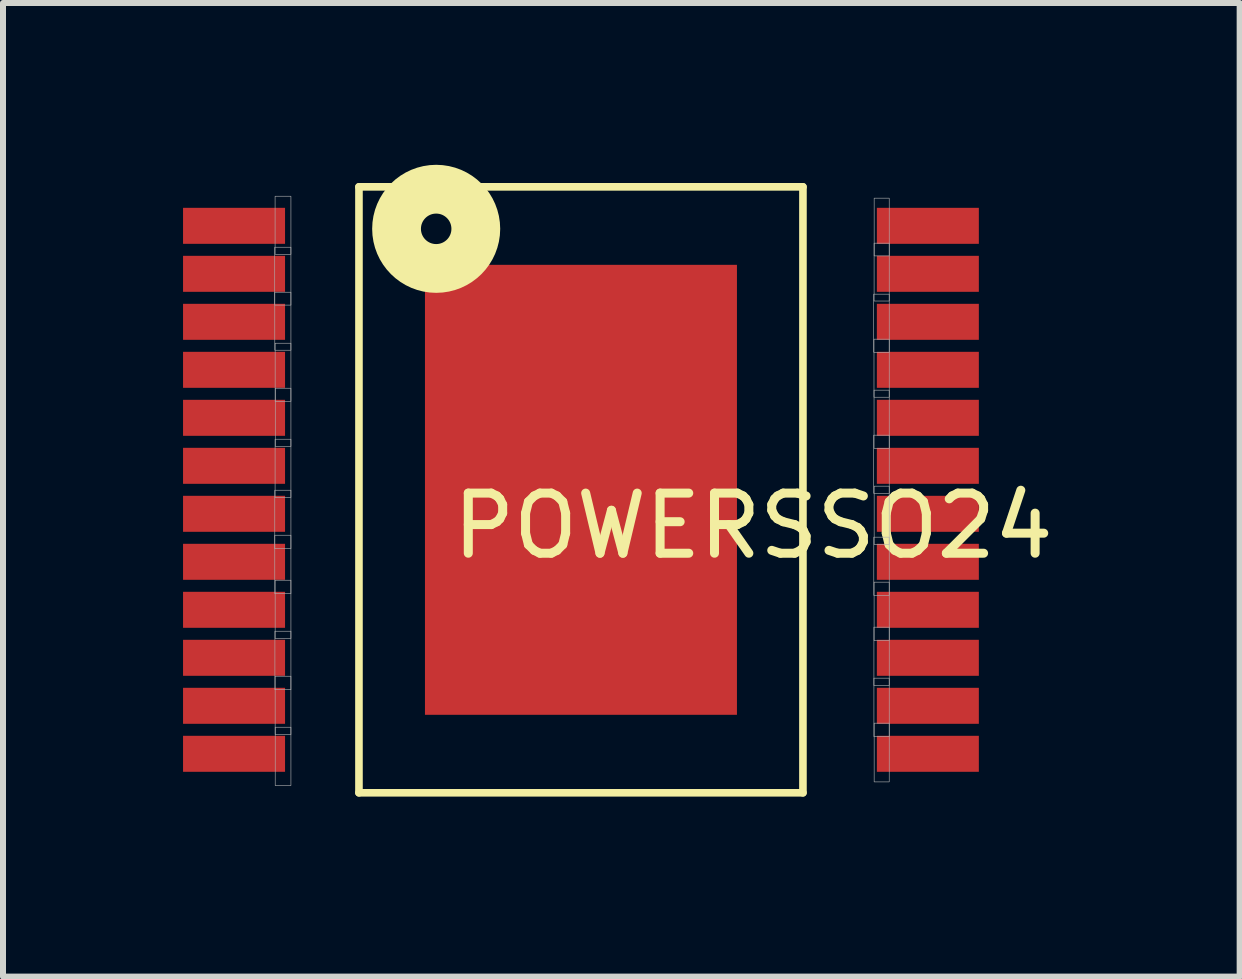
<source format=kicad_pcb>
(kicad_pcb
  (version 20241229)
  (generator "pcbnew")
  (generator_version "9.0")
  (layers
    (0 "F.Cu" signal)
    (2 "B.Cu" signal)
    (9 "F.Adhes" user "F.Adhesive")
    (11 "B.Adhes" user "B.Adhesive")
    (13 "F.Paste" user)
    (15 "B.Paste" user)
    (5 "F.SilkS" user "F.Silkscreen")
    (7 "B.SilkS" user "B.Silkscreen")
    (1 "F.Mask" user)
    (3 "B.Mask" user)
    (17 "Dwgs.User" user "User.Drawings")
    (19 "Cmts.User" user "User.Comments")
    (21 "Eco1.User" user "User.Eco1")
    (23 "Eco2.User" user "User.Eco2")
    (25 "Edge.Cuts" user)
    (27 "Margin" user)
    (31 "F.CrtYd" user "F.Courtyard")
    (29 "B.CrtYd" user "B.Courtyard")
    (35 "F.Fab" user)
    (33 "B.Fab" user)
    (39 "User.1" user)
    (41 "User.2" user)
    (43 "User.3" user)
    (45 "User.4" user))
  (footprint "POWERSSO24"
    (layer "F.Cu")
    (at 6.633 5.114)
    (property "Reference" "POWERSSO24" (at 2.87 0.601 180) (layer "F.SilkS") (effects (font (size 1.002 1.002) (thickness 0.15))))
    (attr smd)
    (fp_line (start -3.7 -5.05) (end 3.7 -5.05) (stroke (width 0.127) (type solid)) (layer "F.SilkS"))
    (fp_line (start -3.7 5.05) (end -3.7 -5.05) (stroke (width 0.127) (type solid)) (layer "F.SilkS"))
    (fp_line (start 3.7 -5.05) (end 3.7 5.05) (stroke (width 0.127) (type solid)) (layer "F.SilkS"))
    (fp_line (start 3.7 5.05) (end -3.7 5.05) (stroke (width 0.127) (type solid)) (layer "F.SilkS"))
    (fp_circle (center -2.413 -4.35) (end -2.159 -4.35) (stroke (width 0.813) (type solid)) (fill no) (layer "F.SilkS"))
    (fp_poly (pts (xy -5.104 -4.043) (xy -4.834 -4.043) (xy -4.834 -3.079) (xy -5.104 -3.079)) (stroke (width 0.01) (type solid)) (fill no) (layer "F.Fab"))
    (fp_poly (pts (xy -5.103 -3.293) (xy -4.834 -3.293) (xy -4.834 -2.327) (xy -5.103 -2.327)) (stroke (width 0.01) (type solid)) (fill no) (layer "F.Fab"))
    (fp_poly (pts (xy -5.103 0.007) (xy -4.834 0.007) (xy -4.834 0.979) (xy -5.103 0.979)) (stroke (width 0.01) (type solid)) (fill no) (layer "F.Fab"))
    (fp_poly (pts (xy -5.103 0.757) (xy -4.834 0.757) (xy -4.834 1.73) (xy -5.103 1.73)) (stroke (width 0.01) (type solid)) (fill no) (layer "F.Fab"))
    (fp_poly (pts (xy -5.101 2.357) (xy -4.834 2.357) (xy -4.834 3.332) (xy -5.101 3.332)) (stroke (width 0.01) (type solid)) (fill no) (layer "F.Fab"))
    (fp_poly (pts (xy -5.098 -0.843) (xy -4.834 -0.843) (xy -4.834 0.127) (xy -5.098 0.127)) (stroke (width 0.01) (type solid)) (fill no) (layer "F.Fab"))
    (fp_poly (pts (xy -5.098 -4.893) (xy -4.834 -4.893) (xy -4.834 -3.926) (xy -5.098 -3.926)) (stroke (width 0.01) (type solid)) (fill no) (layer "F.Fab"))
    (fp_poly (pts (xy -5.097 -2.443) (xy -4.834 -2.443) (xy -4.834 -1.474) (xy -5.097 -1.474)) (stroke (width 0.01) (type solid)) (fill no) (layer "F.Fab"))
    (fp_poly (pts (xy -5.097 1.507) (xy -4.834 1.507) (xy -4.834 2.478) (xy -5.097 2.478)) (stroke (width 0.01) (type solid)) (fill no) (layer "F.Fab"))
    (fp_poly (pts (xy -5.097 3.107) (xy -4.834 3.107) (xy -4.834 4.079) (xy -5.097 4.079)) (stroke (width 0.01) (type solid)) (fill no) (layer "F.Fab"))
    (fp_poly (pts (xy -5.096 3.957) (xy -4.834 3.957) (xy -4.834 4.929) (xy -5.096 4.929)) (stroke (width 0.01) (type solid)) (fill no) (layer "F.Fab"))
    (fp_poly (pts (xy -5.095 -1.693) (xy -4.834 -1.693) (xy -4.834 -0.723) (xy -5.095 -0.723)) (stroke (width 0.01) (type solid)) (fill no) (layer "F.Fab"))
    (fp_poly (pts (xy 4.879 -3.261) (xy 5.138 -3.261) (xy 5.138 -2.292) (xy 4.879 -2.292)) (stroke (width 0.01) (type solid)) (fill no) (layer "F.Fab"))
    (fp_poly (pts (xy 4.879 -0.911) (xy 5.138 -0.911) (xy 5.138 0.059) (xy 4.879 0.059)) (stroke (width 0.01) (type solid)) (fill no) (layer "F.Fab"))
    (fp_poly (pts (xy 4.881 0.789) (xy 5.138 0.789) (xy 5.138 1.76) (xy 4.881 1.76)) (stroke (width 0.01) (type solid)) (fill no) (layer "F.Fab"))
    (fp_poly (pts (xy 4.883 3.139) (xy 5.138 3.139) (xy 5.138 4.114) (xy 4.883 4.114)) (stroke (width 0.01) (type solid)) (fill no) (layer "F.Fab"))
    (fp_poly (pts (xy 4.883 2.289) (xy 5.138 2.289) (xy 5.138 3.263) (xy 4.883 3.263)) (stroke (width 0.01) (type solid)) (fill no) (layer "F.Fab"))
    (fp_poly (pts (xy 4.884 -2.511) (xy 5.138 -2.511) (xy 5.138 -1.543) (xy 4.884 -1.543)) (stroke (width 0.01) (type solid)) (fill no) (layer "F.Fab"))
    (fp_poly (pts (xy 4.885 -1.661) (xy 5.138 -1.661) (xy 5.138 -0.692) (xy 4.885 -0.692)) (stroke (width 0.01) (type solid)) (fill no) (layer "F.Fab"))
    (fp_poly (pts (xy 4.886 1.539) (xy 5.138 1.539) (xy 5.138 2.513) (xy 4.886 2.513)) (stroke (width 0.01) (type solid)) (fill no) (layer "F.Fab"))
    (fp_poly (pts (xy 4.886 -4.111) (xy 5.138 -4.111) (xy 5.138 -3.147) (xy 4.886 -3.147)) (stroke (width 0.01) (type solid)) (fill no) (layer "F.Fab"))
    (fp_poly (pts (xy 4.887 3.889) (xy 5.138 3.889) (xy 5.138 4.868) (xy 4.887 4.868)) (stroke (width 0.01) (type solid)) (fill no) (layer "F.Fab"))
    (fp_poly (pts (xy 4.887 -0.061) (xy 5.138 -0.061) (xy 5.138 0.911) (xy 4.887 0.911)) (stroke (width 0.01) (type solid)) (fill no) (layer "F.Fab"))
    (fp_poly (pts (xy 4.887 -4.861) (xy 5.138 -4.861) (xy 5.138 -3.899) (xy 4.887 -3.899)) (stroke (width 0.01) (type solid)) (fill no) (layer "F.Fab"))
    (pad "1" smd rect (at -5.782 -4.4 270) (size 0.6 1.7) (layers "F.Cu" "F.Mask" "F.Paste"))
    (pad "2" smd rect (at -5.782 -3.6 270) (size 0.6 1.7) (layers "F.Cu" "F.Mask" "F.Paste"))
    (pad "3" smd rect (at -5.782 -2.8 270) (size 0.6 1.7) (layers "F.Cu" "F.Mask" "F.Paste"))
    (pad "4" smd rect (at -5.782 -2 270) (size 0.6 1.7) (layers "F.Cu" "F.Mask" "F.Paste"))
    (pad "5" smd rect (at -5.782 -1.2 270) (size 0.6 1.7) (layers "F.Cu" "F.Mask" "F.Paste"))
    (pad "6" smd rect (at -5.782 -0.4 270) (size 0.6 1.7) (layers "F.Cu" "F.Mask" "F.Paste"))
    (pad "7" smd rect (at -5.782 0.4 270) (size 0.6 1.7) (layers "F.Cu" "F.Mask" "F.Paste"))
    (pad "8" smd rect (at -5.782 1.2 270) (size 0.6 1.7) (layers "F.Cu" "F.Mask" "F.Paste"))
    (pad "9" smd rect (at -5.782 2 270) (size 0.6 1.7) (layers "F.Cu" "F.Mask" "F.Paste"))
    (pad "10" smd rect (at -5.782 2.8 270) (size 0.6 1.7) (layers "F.Cu" "F.Mask" "F.Paste"))
    (pad "11" smd rect (at -5.782 3.6 270) (size 0.6 1.7) (layers "F.Cu" "F.Mask" "F.Paste"))
    (pad "12" smd rect (at -5.782 4.4 270) (size 0.6 1.7) (layers "F.Cu" "F.Mask" "F.Paste"))
    (pad "13" smd rect (at 5.782 4.4 270) (size 0.6 1.7) (layers "F.Cu" "F.Mask" "F.Paste"))
    (pad "14" smd rect (at 5.782 3.6 270) (size 0.6 1.7) (layers "F.Cu" "F.Mask" "F.Paste"))
    (pad "15" smd rect (at 5.782 2.8 270) (size 0.6 1.7) (layers "F.Cu" "F.Mask" "F.Paste"))
    (pad "16" smd rect (at 5.782 2 270) (size 0.6 1.7) (layers "F.Cu" "F.Mask" "F.Paste"))
    (pad "17" smd rect (at 5.782 1.2 270) (size 0.6 1.7) (layers "F.Cu" "F.Mask" "F.Paste"))
    (pad "18" smd rect (at 5.782 0.4 270) (size 0.6 1.7) (layers "F.Cu" "F.Mask" "F.Paste"))
    (pad "19" smd rect (at 5.782 -0.4 270) (size 0.6 1.7) (layers "F.Cu" "F.Mask" "F.Paste"))
    (pad "20" smd rect (at 5.782 -1.2 270) (size 0.6 1.7) (layers "F.Cu" "F.Mask" "F.Paste"))
    (pad "21" smd rect (at 5.782 -2 270) (size 0.6 1.7) (layers "F.Cu" "F.Mask" "F.Paste"))
    (pad "22" smd rect (at 5.782 -2.8 270) (size 0.6 1.7) (layers "F.Cu" "F.Mask" "F.Paste"))
    (pad "23" smd rect (at 5.782 -3.6 270) (size 0.6 1.7) (layers "F.Cu" "F.Mask" "F.Paste"))
    (pad "24" smd rect (at 5.782 -4.4 270) (size 0.6 1.7) (layers "F.Cu" "F.Mask" "F.Paste"))
    (pad "P$25" smd rect (at 0 0 270) (size 7.5 5.2) (layers "F.Cu" "F.Mask" "F.Paste")))
  (gr_rect
    (start -3 -3)
    (end 17.612 13.227)
    (stroke (width 0.1) (type default))
    (fill no)
    (layer "Edge.Cuts")))
</source>
